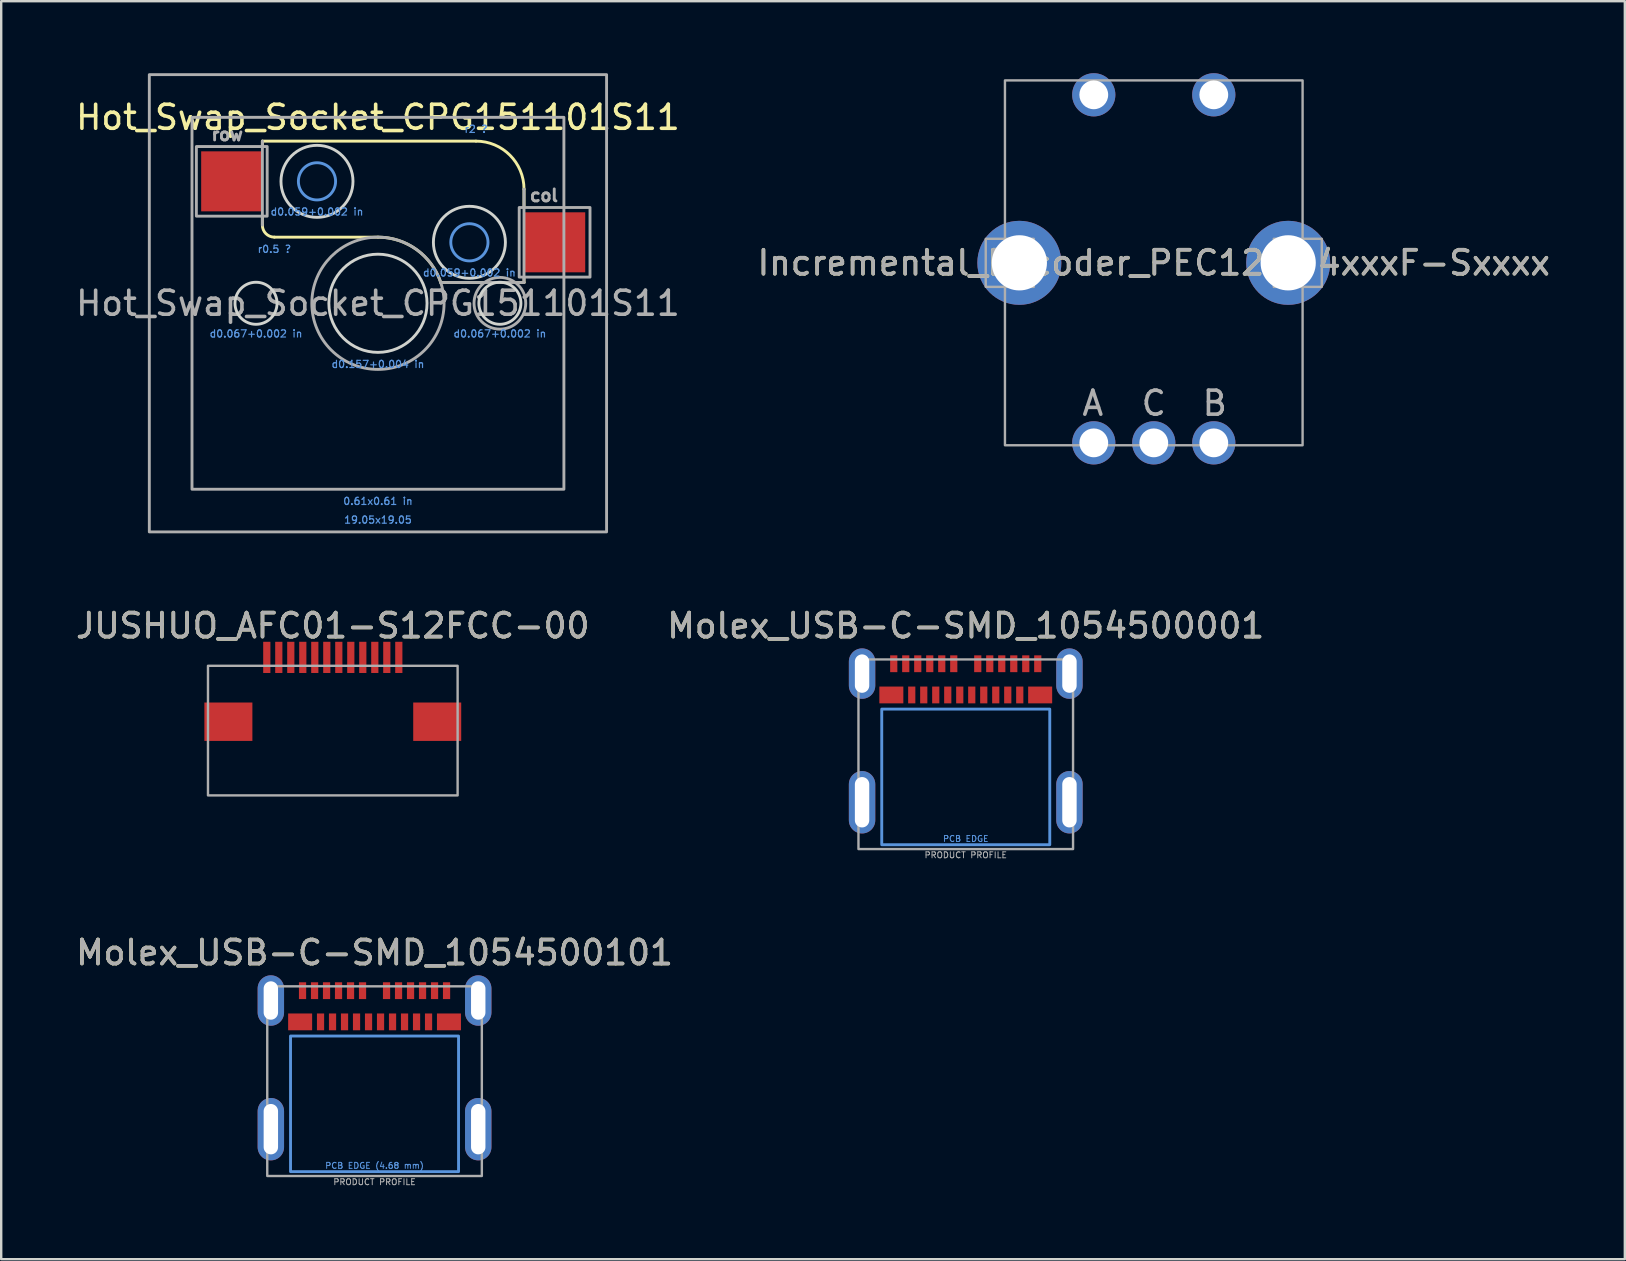
<source format=kicad_pcb>
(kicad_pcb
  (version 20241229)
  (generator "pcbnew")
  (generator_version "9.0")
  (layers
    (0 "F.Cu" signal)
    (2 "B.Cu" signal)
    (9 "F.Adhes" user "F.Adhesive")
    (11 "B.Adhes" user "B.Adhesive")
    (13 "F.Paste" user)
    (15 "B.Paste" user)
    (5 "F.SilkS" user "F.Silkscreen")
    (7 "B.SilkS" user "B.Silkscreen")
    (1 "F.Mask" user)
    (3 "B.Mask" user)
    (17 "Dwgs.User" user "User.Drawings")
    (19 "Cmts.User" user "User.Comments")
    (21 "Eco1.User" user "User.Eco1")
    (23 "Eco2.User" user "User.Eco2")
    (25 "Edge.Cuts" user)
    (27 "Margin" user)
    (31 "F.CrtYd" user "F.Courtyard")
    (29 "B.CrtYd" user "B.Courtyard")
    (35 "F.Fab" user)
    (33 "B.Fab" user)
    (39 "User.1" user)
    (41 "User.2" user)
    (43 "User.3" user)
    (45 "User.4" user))
  (footprint "JUSHUO_AFC01-S12FCC-00"
    (layer "F.Cu")
    (at 10.815 27.018)
    (property "Reference" "JUSHUO_AFC01-S12FCC-00" (at 0 -4 0) (unlocked yes) (layer "F.SilkS") (effects (font (size 1 1) (thickness 0.15))))
    (attr smd)
    (fp_rect (start -5.2 -2.33) (end 5.2 3.07) (stroke (width 0.1) (type solid)) (fill no) (layer "F.Fab"))
    (fp_text user "${REFERENCE}" (at 0 -4 0) (unlocked yes) (layer "F.Fab") (effects (font (size 1 1) (thickness 0.15))))
    (pad "1" smd rect (at -2.75 -2.68) (size 0.3 1.3) (layers "F.Cu" "F.Mask" "F.Paste"))
    (pad "2" smd rect (at -2.25 -2.68) (size 0.3 1.3) (layers "F.Cu" "F.Mask" "F.Paste"))
    (pad "3" smd rect (at -1.75 -2.68) (size 0.3 1.3) (layers "F.Cu" "F.Mask" "F.Paste"))
    (pad "4" smd rect (at -1.25 -2.68) (size 0.3 1.3) (layers "F.Cu" "F.Mask" "F.Paste"))
    (pad "5" smd rect (at -0.75 -2.68) (size 0.3 1.3) (layers "F.Cu" "F.Mask" "F.Paste"))
    (pad "6" smd rect (at -0.25 -2.68) (size 0.3 1.3) (layers "F.Cu" "F.Mask" "F.Paste"))
    (pad "7" smd rect (at 0.25 -2.68) (size 0.3 1.3) (layers "F.Cu" "F.Mask" "F.Paste"))
    (pad "8" smd rect (at 0.75 -2.68) (size 0.3 1.3) (layers "F.Cu" "F.Mask" "F.Paste"))
    (pad "9" smd rect (at 1.25 -2.68) (size 0.3 1.3) (layers "F.Cu" "F.Mask" "F.Paste"))
    (pad "10" smd rect (at 1.75 -2.68) (size 0.3 1.3) (layers "F.Cu" "F.Mask" "F.Paste"))
    (pad "11" smd rect (at 2.25 -2.68) (size 0.3 1.3) (layers "F.Cu" "F.Mask" "F.Paste"))
    (pad "12" smd rect (at 2.75 -2.68) (size 0.3 1.3) (layers "F.Cu" "F.Mask" "F.Paste"))
    (pad "MP" smd rect (at -4.35 0) (size 2 1.6) (layers "F.Cu" "F.Mask" "F.Paste"))
    (pad "MP" smd rect (at 4.35 0) (size 2 1.6) (layers "F.Cu" "F.Mask" "F.Paste")))
  (footprint "Molex_USB-C-SMD_1054500101"
    (layer "F.Cu")
    (at 12.554 41.083)
    (property "Reference" "Molex_USB-C-SMD_1054500101" (at 0 -4.445 0) (unlocked yes) (layer "F.SilkS") (effects (font (size 1 1) (thickness 0.15))))
    (attr smd)
    (fp_rect (start -3.5 -0.97) (end 3.5 4.68) (stroke (width 0.12) (type solid)) (fill no) (layer "Cmts.User"))
    (fp_rect (start -4.47 -3.04) (end 4.47 4.86) (stroke (width 0.1) (type solid)) (fill no) (layer "F.Fab"))
    (fp_text user "PCB EDGE (4.68 mm)" (at 0 4.43 0) (unlocked yes) (layer "Cmts.User") (effects (font (size 0.25 0.25) (thickness 0.04))))
    (fp_text user "PRODUCT PROFILE" (at 0 5.11 0) (unlocked yes) (layer "F.Fab") (effects (font (size 0.25 0.25) (thickness 0.04))))
    (fp_text user "${REFERENCE}" (at 0 -4.445 0) (unlocked yes) (layer "F.Fab") (effects (font (size 1 1) (thickness 0.15))))
    (pad "A1" smd rect (at -3 -2.86) (size 0.3 0.7) (layers "F.Cu" "F.Mask" "F.Paste"))
    (pad "A2" smd rect (at -2.5 -2.86) (size 0.3 0.7) (layers "F.Cu" "F.Mask" "F.Paste"))
    (pad "A3" smd rect (at -2 -2.86) (size 0.3 0.7) (layers "F.Cu" "F.Mask" "F.Paste"))
    (pad "A4" smd rect (at -1.5 -2.86) (size 0.3 0.7) (layers "F.Cu" "F.Mask" "F.Paste"))
    (pad "A5" smd rect (at -1 -2.86) (size 0.3 0.7) (layers "F.Cu" "F.Mask" "F.Paste"))
    (pad "A6" smd rect (at -0.5 -2.86) (size 0.3 0.7) (layers "F.Cu" "F.Mask" "F.Paste"))
    (pad "A7" smd rect (at 0.5 -2.86) (size 0.3 0.7) (layers "F.Cu" "F.Mask" "F.Paste"))
    (pad "A8" smd rect (at 1 -2.86) (size 0.3 0.7) (layers "F.Cu" "F.Mask" "F.Paste"))
    (pad "A9" smd rect (at 1.5 -2.86) (size 0.3 0.7) (layers "F.Cu" "F.Mask" "F.Paste"))
    (pad "A10" smd rect (at 2 -2.86) (size 0.3 0.7) (layers "F.Cu" "F.Mask" "F.Paste"))
    (pad "A11" smd rect (at 2.5 -2.86) (size 0.3 0.7) (layers "F.Cu" "F.Mask" "F.Paste"))
    (pad "A12" smd rect (at 3 -2.86) (size 0.3 0.7) (layers "F.Cu" "F.Mask" "F.Paste"))
    (pad "B1" smd rect (at 3.1 -1.56) (size 1 0.7) (layers "F.Cu" "F.Mask" "F.Paste"))
    (pad "B2" smd rect (at 2.25 -1.56) (size 0.3 0.7) (layers "F.Cu" "F.Mask" "F.Paste"))
    (pad "B3" smd rect (at 1.75 -1.56) (size 0.3 0.7) (layers "F.Cu" "F.Mask" "F.Paste"))
    (pad "B4" smd rect (at 1.25 -1.56) (size 0.3 0.7) (layers "F.Cu" "F.Mask" "F.Paste"))
    (pad "B5" smd rect (at 0.75 -1.56) (size 0.3 0.7) (layers "F.Cu" "F.Mask" "F.Paste"))
    (pad "B6" smd rect (at 0.25 -1.56) (size 0.3 0.7) (layers "F.Cu" "F.Mask" "F.Paste"))
    (pad "B7" smd rect (at -0.25 -1.56) (size 0.3 0.7) (layers "F.Cu" "F.Mask" "F.Paste"))
    (pad "B8" smd rect (at -0.75 -1.56) (size 0.3 0.7) (layers "F.Cu" "F.Mask" "F.Paste"))
    (pad "B9" smd rect (at -1.25 -1.56) (size 0.3 0.7) (layers "F.Cu" "F.Mask" "F.Paste"))
    (pad "B10" smd rect (at -1.75 -1.56) (size 0.3 0.7) (layers "F.Cu" "F.Mask" "F.Paste"))
    (pad "B11" smd rect (at -2.25 -1.56) (size 0.3 0.7) (layers "F.Cu" "F.Mask" "F.Paste"))
    (pad "B12" smd rect (at -3.1 -1.56) (size 1 0.7) (layers "F.Cu" "F.Mask" "F.Paste"))
    (pad "MP" thru_hole oval (at -4.32 -2.45) (size 1.1 2.1) (drill oval 0.6 1.6) (layers "*.Cu" "*.Mask"))
    (pad "MP" thru_hole oval (at -4.32 2.91) (size 1.1 2.6) (drill oval 0.6 2.1) (layers "*.Cu" "*.Mask"))
    (pad "MP" thru_hole oval (at 4.32 -2.45) (size 1.1 2.1) (drill oval 0.6 1.6) (layers "*.Cu" "*.Mask"))
    (pad "MP" thru_hole oval (at 4.32 2.91) (size 1.1 2.6) (drill oval 0.6 2.1) (layers "*.Cu" "*.Mask")))
  (footprint "Hot_Swap_Socket_CPG151101S11"
    (layer "F.Cu")
    (at 12.696 9.585)
    (property "Reference" "Hot_Swap_Socket_CPG151101S11" (at 0 -7.747 0) (unlocked yes) (layer "F.SilkS") (effects (font (size 1 1) (thickness 0.15))))
    (attr smd)
    (fp_line (start -4.815 -6.755) (end -4.815 -6.53) (stroke (width 0.12) (type solid)) (layer "F.SilkS"))
    (fp_line (start -4.815 -3.63) (end -4.815 -3.255) (stroke (width 0.12) (type solid)) (layer "F.SilkS"))
    (fp_line (start -4.315 -2.755) (end 0 -2.755) (stroke (width 0.12) (type solid)) (layer "F.SilkS"))
    (fp_line (start 2.616 -0.865) (end 4.439 -0.865) (stroke (width 0.12) (type solid)) (layer "F.SilkS"))
    (fp_line (start 4.085 -6.755) (end -4.815 -6.755) (stroke (width 0.12) (type solid)) (layer "F.SilkS"))
    (fp_line (start 6.085 -4.755) (end 6.085 -3.99) (stroke (width 0.12) (type solid)) (layer "F.SilkS"))
    (fp_line (start 6.085 -1.09) (end 6.085 -0.865) (stroke (width 0.12) (type solid)) (layer "F.SilkS"))
    (fp_line (start 6.085 -0.865) (end 5.721 -0.865) (stroke (width 0.12) (type solid)) (layer "F.SilkS"))
    (fp_arc (start -4.315 -2.755) (mid -4.668553 -2.901447) (end -4.815 -3.255) (stroke (width 0.12) (type solid)) (layer "F.SilkS"))
    (fp_arc (start 0 -2.755) (mid 1.613555 -2.23301) (end 2.615715 -0.864906) (stroke (width 0.12) (type solid)) (layer "F.SilkS"))
    (fp_arc (start 4.085 -6.755) (mid 5.499214 -6.169214) (end 6.085 -4.755) (stroke (width 0.12) (type solid)) (layer "F.SilkS"))
    (fp_circle (center -2.54 -5.08) (end -1.765 -5.08) (stroke (width 0.12) (type solid)) (fill no) (layer "Cmts.User"))
    (fp_circle (center 3.81 -2.54) (end 4.585 -2.54) (stroke (width 0.12) (type solid)) (fill no) (layer "Cmts.User"))
    (fp_circle (center -5.08 0) (end -4.204 0) (stroke (width 0.12) (type solid)) (fill no) (layer "Edge.Cuts"))
    (fp_circle (center -2.54 -5.08) (end -1.04 -5.08) (stroke (width 0.12) (type solid)) (fill no) (layer "Edge.Cuts"))
    (fp_circle (center 0 0) (end 2.045 0) (stroke (width 0.12) (type solid)) (fill no) (layer "Edge.Cuts"))
    (fp_circle (center 3.81 -2.54) (end 5.31 -2.54) (stroke (width 0.12) (type solid)) (fill no) (layer "Edge.Cuts"))
    (fp_circle (center 5.08 0) (end 5.956 0) (stroke (width 0.12) (type solid)) (fill no) (layer "Edge.Cuts"))
    (fp_line (start -4.815 -3.255) (end -4.815 -6.755) (stroke (width 0.12) (type solid)) (layer "F.Fab"))
    (fp_line (start 6.085 -4.755) (end 6.085 -0.865) (stroke (width 0.12) (type solid)) (layer "F.Fab"))
    (fp_line (start 6.085 -0.865) (end 2.616 -0.865) (stroke (width 0.12) (type solid)) (layer "F.Fab"))
    (fp_rect (start -9.525 -9.525) (end 9.525 9.525) (stroke (width 0.12) (type solid)) (fill no) (layer "F.Fab"))
    (fp_rect (start -7.747 -7.747) (end 7.747 7.747) (stroke (width 0.12) (type solid)) (fill no) (layer "F.Fab"))
    (fp_rect (start -7.565 -6.53) (end -4.615 -3.63) (stroke (width 0.12) (type solid)) (fill no) (layer "F.Fab"))
    (fp_rect (start 5.885 -3.99) (end 8.835 -1.09) (stroke (width 0.12) (type solid)) (fill no) (layer "F.Fab"))
    (fp_circle (center 0 0) (end 2.755 0) (stroke (width 0.12) (type solid)) (fill no) (layer "F.Fab"))
    (fp_circle (center 5.08 0) (end 6.157 0) (stroke (width 0.12) (type solid)) (fill no) (layer "F.Fab"))
    (fp_text user "r0.5 ?" (at -4.315 -2.255 0) (unlocked yes) (layer "Cmts.User") (effects (font (size 0.3 0.3) (thickness 0.05))))
    (fp_text user "d0.059+0.002 in" (at -2.54 -3.81 0) (unlocked yes) (layer "Cmts.User") (effects (font (size 0.3 0.3) (thickness 0.05))))
    (fp_text user "r2 ?" (at 4.085 -7.255 0) (unlocked yes) (layer "Cmts.User") (effects (font (size 0.3 0.3) (thickness 0.05))))
    (fp_text user "0.61x0.61 in" (at 0 8.247 0) (unlocked yes) (layer "Cmts.User") (effects (font (size 0.3 0.3) (thickness 0.05))))
    (fp_text user "d0.157+0.004 in" (at 0 2.54 0) (unlocked yes) (layer "Cmts.User") (effects (font (size 0.3 0.3) (thickness 0.05))))
    (fp_text user "d0.067+0.002 in" (at 5.08 1.27 0) (unlocked yes) (layer "Cmts.User") (effects (font (size 0.3 0.3) (thickness 0.05))))
    (fp_text user "d0.059+0.002 in" (at 3.81 -1.27 0) (unlocked yes) (layer "Cmts.User") (effects (font (size 0.3 0.3) (thickness 0.05))))
    (fp_text user "d0.067+0.002 in" (at -5.08 1.27 0) (unlocked yes) (layer "Cmts.User") (effects (font (size 0.3 0.3) (thickness 0.05))))
    (fp_text user "19.05x19.05" (at 0 9.025 0) (unlocked yes) (layer "Cmts.User") (effects (font (size 0.3 0.3) (thickness 0.05))))
    (fp_text user "${REFERENCE}" (at 0 0 0) (unlocked yes) (layer "F.Fab") (effects (font (size 1 1) (thickness 0.15))))
    (fp_text user "row" (at -6.281 -7.03 0) (unlocked yes) (layer "F.Fab") (effects (font (size 0.5 0.5) (thickness 0.12))))
    (fp_text user "col" (at 6.916 -4.49 0) (unlocked yes) (layer "F.Fab") (effects (font (size 0.5 0.5) (thickness 0.12))))
    (pad "1" smd rect (at -6.09 -5.08) (size 2.55 2.5) (layers "F.Cu" "F.Mask" "F.Paste"))
    (pad "2" smd rect (at 7.36 -2.54) (size 2.55 2.5) (layers "F.Cu" "F.Mask" "F.Paste")))
  (footprint "Molex_USB-C-SMD_1054500001"
    (layer "F.Cu")
    (at 37.185 27.463)
    (property "Reference" "Molex_USB-C-SMD_1054500001" (at 0 -4.445 0) (unlocked yes) (layer "F.SilkS") (effects (font (size 1 1) (thickness 0.15))))
    (attr smd)
    (fp_rect (start -3.5 -0.97) (end 3.5 4.68) (stroke (width 0.12) (type solid)) (fill no) (layer "Cmts.User"))
    (fp_rect (start -4.47 -3.04) (end 4.47 4.86) (stroke (width 0.1) (type solid)) (fill no) (layer "F.Fab"))
    (fp_text user "PCB EDGE" (at 0 4.43 0) (unlocked yes) (layer "Cmts.User") (effects (font (size 0.25 0.25) (thickness 0.04))))
    (fp_text user "PRODUCT PROFILE" (at 0 5.11 0) (unlocked yes) (layer "F.Fab") (effects (font (size 0.25 0.25) (thickness 0.04))))
    (fp_text user "${REFERENCE}" (at 0 -4.445 0) (unlocked yes) (layer "F.Fab") (effects (font (size 1 1) (thickness 0.15))))
    (pad "A1" smd rect (at -3 -2.86) (size 0.3 0.7) (layers "F.Cu" "F.Mask" "F.Paste"))
    (pad "A2" smd rect (at -2.5 -2.86) (size 0.3 0.7) (layers "F.Cu" "F.Mask" "F.Paste"))
    (pad "A3" smd rect (at -2 -2.86) (size 0.3 0.7) (layers "F.Cu" "F.Mask" "F.Paste"))
    (pad "A4" smd rect (at -1.5 -2.86) (size 0.3 0.7) (layers "F.Cu" "F.Mask" "F.Paste"))
    (pad "A5" smd rect (at -1 -2.86) (size 0.3 0.7) (layers "F.Cu" "F.Mask" "F.Paste"))
    (pad "A6" smd rect (at -0.5 -2.86) (size 0.3 0.7) (layers "F.Cu" "F.Mask" "F.Paste"))
    (pad "A7" smd rect (at 0.5 -2.86) (size 0.3 0.7) (layers "F.Cu" "F.Mask" "F.Paste"))
    (pad "A8" smd rect (at 1 -2.86) (size 0.3 0.7) (layers "F.Cu" "F.Mask" "F.Paste"))
    (pad "A9" smd rect (at 1.5 -2.86) (size 0.3 0.7) (layers "F.Cu" "F.Mask" "F.Paste"))
    (pad "A10" smd rect (at 2 -2.86) (size 0.3 0.7) (layers "F.Cu" "F.Mask" "F.Paste"))
    (pad "A11" smd rect (at 2.5 -2.86) (size 0.3 0.7) (layers "F.Cu" "F.Mask" "F.Paste"))
    (pad "A12" smd rect (at 3 -2.86) (size 0.3 0.7) (layers "F.Cu" "F.Mask" "F.Paste"))
    (pad "B1" smd rect (at 3.1 -1.56) (size 1 0.7) (layers "F.Cu" "F.Mask" "F.Paste"))
    (pad "B2" smd rect (at 2.25 -1.56) (size 0.3 0.7) (layers "F.Cu" "F.Mask" "F.Paste"))
    (pad "B3" smd rect (at 1.75 -1.56) (size 0.3 0.7) (layers "F.Cu" "F.Mask" "F.Paste"))
    (pad "B4" smd rect (at 1.25 -1.56) (size 0.3 0.7) (layers "F.Cu" "F.Mask" "F.Paste"))
    (pad "B5" smd rect (at 0.75 -1.56) (size 0.3 0.7) (layers "F.Cu" "F.Mask" "F.Paste"))
    (pad "B6" smd rect (at 0.25 -1.56) (size 0.3 0.7) (layers "F.Cu" "F.Mask" "F.Paste"))
    (pad "B7" smd rect (at -0.25 -1.56) (size 0.3 0.7) (layers "F.Cu" "F.Mask" "F.Paste"))
    (pad "B8" smd rect (at -0.75 -1.56) (size 0.3 0.7) (layers "F.Cu" "F.Mask" "F.Paste"))
    (pad "B9" smd rect (at -1.25 -1.56) (size 0.3 0.7) (layers "F.Cu" "F.Mask" "F.Paste"))
    (pad "B10" smd rect (at -1.75 -1.56) (size 0.3 0.7) (layers "F.Cu" "F.Mask" "F.Paste"))
    (pad "B11" smd rect (at -2.25 -1.56) (size 0.3 0.7) (layers "F.Cu" "F.Mask" "F.Paste"))
    (pad "B12" smd rect (at -3.1 -1.56) (size 1 0.7) (layers "F.Cu" "F.Mask" "F.Paste"))
    (pad "MH1" thru_hole oval (at -4.32 -2.45) (size 1.1 2.1) (drill oval 0.6 1.6) (layers "*.Cu" "*.Mask"))
    (pad "MH2" thru_hole oval (at 4.32 -2.45) (size 1.1 2.1) (drill oval 0.6 1.6) (layers "*.Cu" "*.Mask"))
    (pad "MH3" thru_hole oval (at -4.32 2.91) (size 1.1 2.6) (drill oval 0.6 2.1) (layers "*.Cu" "*.Mask"))
    (pad "MH4" thru_hole oval (at 4.32 2.91) (size 1.1 2.6) (drill oval 0.6 2.1) (layers "*.Cu" "*.Mask")))
  (footprint "Incremental_Encoder_PEC12R-4xxxF-Sxxxx"
    (layer "F.Cu")
    (at 45.018 7.9)
    (property "Reference" "Incremental_Encoder_PEC12R-4xxxF-Sxxxx" (at 0 0 0) (unlocked yes) (layer "F.SilkS") (effects (font (size 1 1) (thickness 0.15))))
    (attr through_hole)
    (fp_rect (start -7 -1) (end -5 1) (stroke (width 0.1) (type solid)) (fill no) (layer "F.Fab"))
    (fp_rect (start -6.2 -7.6) (end 6.2 7.6) (stroke (width 0.1) (type solid)) (fill no) (layer "F.Fab"))
    (fp_rect (start 7 -1) (end 5 1) (stroke (width 0.1) (type solid)) (fill no) (layer "F.Fab"))
    (fp_text user "C" (at 0 5.85 0) (unlocked yes) (layer "F.Fab") (effects (font (size 1 1) (thickness 0.15))))
    (fp_text user "A" (at -2.54 5.85 0) (unlocked yes) (layer "F.Fab") (effects (font (size 1 1) (thickness 0.15))))
    (fp_text user "B" (at 2.54 5.85 0) (unlocked yes) (layer "F.Fab") (effects (font (size 1 1) (thickness 0.15))))
    (fp_text user "${REFERENCE}" (at 0 0 0) (unlocked yes) (layer "F.Fab") (effects (font (size 1 1) (thickness 0.15))))
    (pad "1" thru_hole circle (at -2.5 -7) (size 1.8 1.8) (drill 1.2) (layers "*.Cu" "*.Mask"))
    (pad "2" thru_hole circle (at 2.5 -7) (size 1.8 1.8) (drill 1.2) (layers "*.Cu" "*.Mask"))
    (pad "3" thru_hole circle (at -2.5 7.5) (size 1.8 1.8) (drill 1.2) (layers "*.Cu" "*.Mask"))
    (pad "4" thru_hole circle (at 0 7.5) (size 1.8 1.8) (drill 1.2) (layers "*.Cu" "*.Mask"))
    (pad "5" thru_hole circle (at 2.5 7.5) (size 1.8 1.8) (drill 1.2) (layers "*.Cu" "*.Mask"))
    (pad "MP" thru_hole circle (at -5.6 0) (size 3.5 3.5) (drill 2.3) (layers "*.Cu" "*.Mask"))
    (pad "MP" thru_hole circle (at 5.6 0) (size 3.5 3.5) (drill 2.3) (layers "*.Cu" "*.Mask")))
  (gr_rect
    (start -3 -3)
    (end 64.643 49.409)
    (stroke (width 0.1) (type default))
    (fill no)
    (layer "Edge.Cuts")))
</source>
